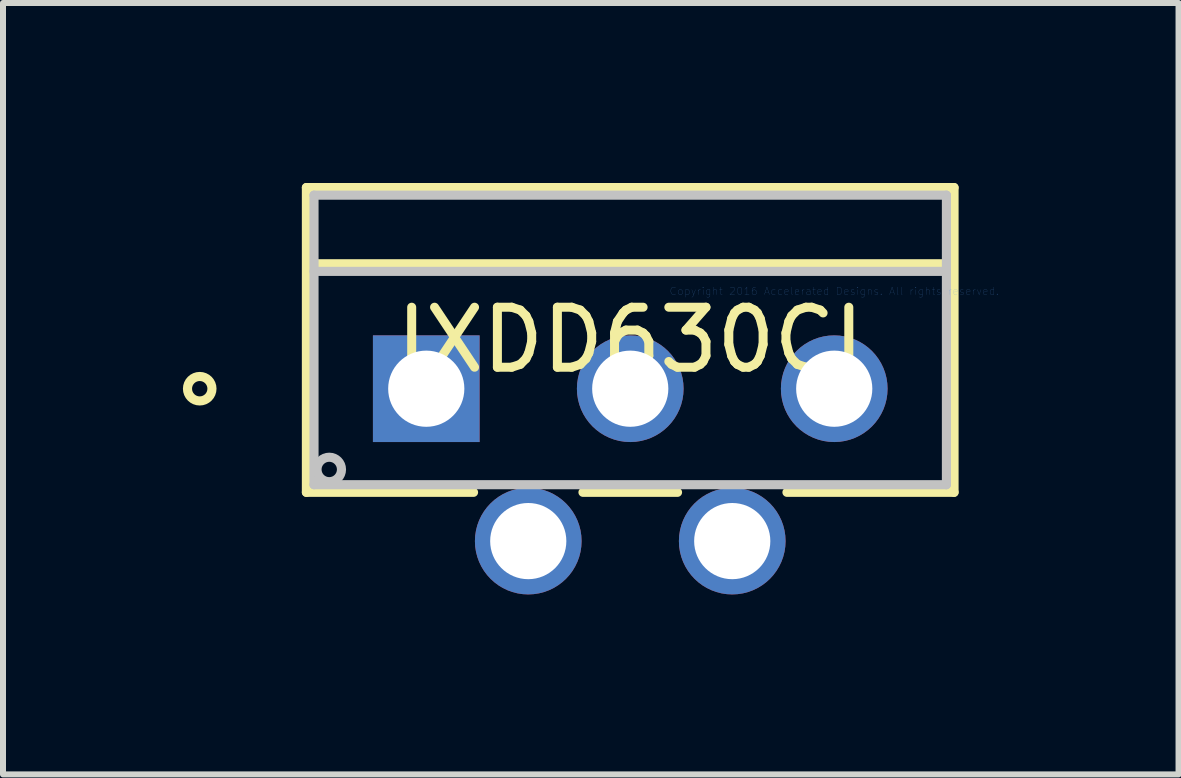
<source format=kicad_pcb>
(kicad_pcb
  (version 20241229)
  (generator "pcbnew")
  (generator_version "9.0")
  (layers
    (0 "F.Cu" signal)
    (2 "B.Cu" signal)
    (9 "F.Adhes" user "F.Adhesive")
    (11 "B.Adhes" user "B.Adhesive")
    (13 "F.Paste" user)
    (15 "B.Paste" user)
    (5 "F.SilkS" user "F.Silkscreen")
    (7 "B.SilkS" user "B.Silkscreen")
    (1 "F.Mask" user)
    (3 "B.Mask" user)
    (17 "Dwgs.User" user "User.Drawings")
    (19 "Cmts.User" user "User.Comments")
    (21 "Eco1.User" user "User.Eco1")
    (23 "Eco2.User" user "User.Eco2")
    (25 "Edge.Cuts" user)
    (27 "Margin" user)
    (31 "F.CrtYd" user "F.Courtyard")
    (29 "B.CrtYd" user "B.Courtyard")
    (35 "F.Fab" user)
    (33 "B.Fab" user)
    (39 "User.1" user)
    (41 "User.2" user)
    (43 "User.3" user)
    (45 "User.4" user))
  (footprint "IXDD630CI"
    (layer "F.Cu")
    (at 10.855 1.803)
    (property "Reference" "IXDD630CI" (at -3.4 0.813 0) (layer "F.SilkS") (effects (font (size 1 1) (thickness 0.15))))
    (attr through_hole)
    (fp_line (start -8.798 -1.727) (end -8.798 3.353) (stroke (width 0.152) (type solid)) (layer "F.SilkS"))
    (fp_line (start -8.798 3.353) (end -6.012 3.353) (stroke (width 0.152) (type solid)) (layer "F.SilkS"))
    (fp_line (start -8.671 -0.457) (end 1.87 -0.457) (stroke (width 0.152) (type solid)) (layer "F.SilkS"))
    (fp_line (start -4.188 3.353) (end -2.612 3.353) (stroke (width 0.152) (type solid)) (layer "F.SilkS"))
    (fp_line (start -0.788 3.353) (end 1.997 3.353) (stroke (width 0.152) (type solid)) (layer "F.SilkS"))
    (fp_line (start 1.997 -1.727) (end -8.798 -1.727) (stroke (width 0.152) (type solid)) (layer "F.SilkS"))
    (fp_line (start 1.997 3.353) (end 1.997 -1.727) (stroke (width 0.152) (type solid)) (layer "F.SilkS"))
    (fp_circle (center -10.576 1.626) (end -10.372 1.626) (stroke (width 0.152) (type solid)) (fill no) (layer "F.SilkS"))
    (fp_line (start -8.671 -1.6) (end -8.671 3.226) (stroke (width 0.152) (type solid)) (layer "Dwgs.User"))
    (fp_line (start -8.671 -0.33) (end 1.87 -0.33) (stroke (width 0.152) (type solid)) (layer "Dwgs.User"))
    (fp_line (start -8.671 3.226) (end 1.87 3.226) (stroke (width 0.152) (type solid)) (layer "Dwgs.User"))
    (fp_line (start 1.87 -1.6) (end -8.671 -1.6) (stroke (width 0.152) (type solid)) (layer "Dwgs.User"))
    (fp_line (start 1.87 3.226) (end 1.87 -1.6) (stroke (width 0.152) (type solid)) (layer "Dwgs.User"))
    (fp_circle (center -8.417 2.972) (end -8.213 2.972) (stroke (width 0.152) (type solid)) (fill no) (layer "Dwgs.User"))
    (fp_text user "Copyright 2016 Accelerated Designs. All rights reserved." (at 0 0 0) (layer "Cmts.User") (effects (font (size 0.127 0.127) (thickness 0.002))))
    (pad "1" thru_hole rect (at -6.8 1.626) (size 1.778 1.778) (drill 1.27) (layers "*.Cu" "*.Mask"))
    (pad "2" thru_hole circle (at -5.1 4.166) (size 1.778 1.778) (drill 1.27) (layers "*.Cu" "*.Mask"))
    (pad "3" thru_hole circle (at -3.4 1.626) (size 1.778 1.778) (drill 1.27) (layers "*.Cu" "*.Mask"))
    (pad "4" thru_hole circle (at -1.7 4.166) (size 1.778 1.778) (drill 1.27) (layers "*.Cu" "*.Mask"))
    (pad "5" thru_hole circle (at 0 1.626) (size 1.778 1.778) (drill 1.27) (layers "*.Cu" "*.Mask")))
  (gr_rect
    (start -3 -3)
    (end 16.594 9.858)
    (stroke (width 0.1) (type default))
    (fill no)
    (layer "Edge.Cuts")))
</source>
